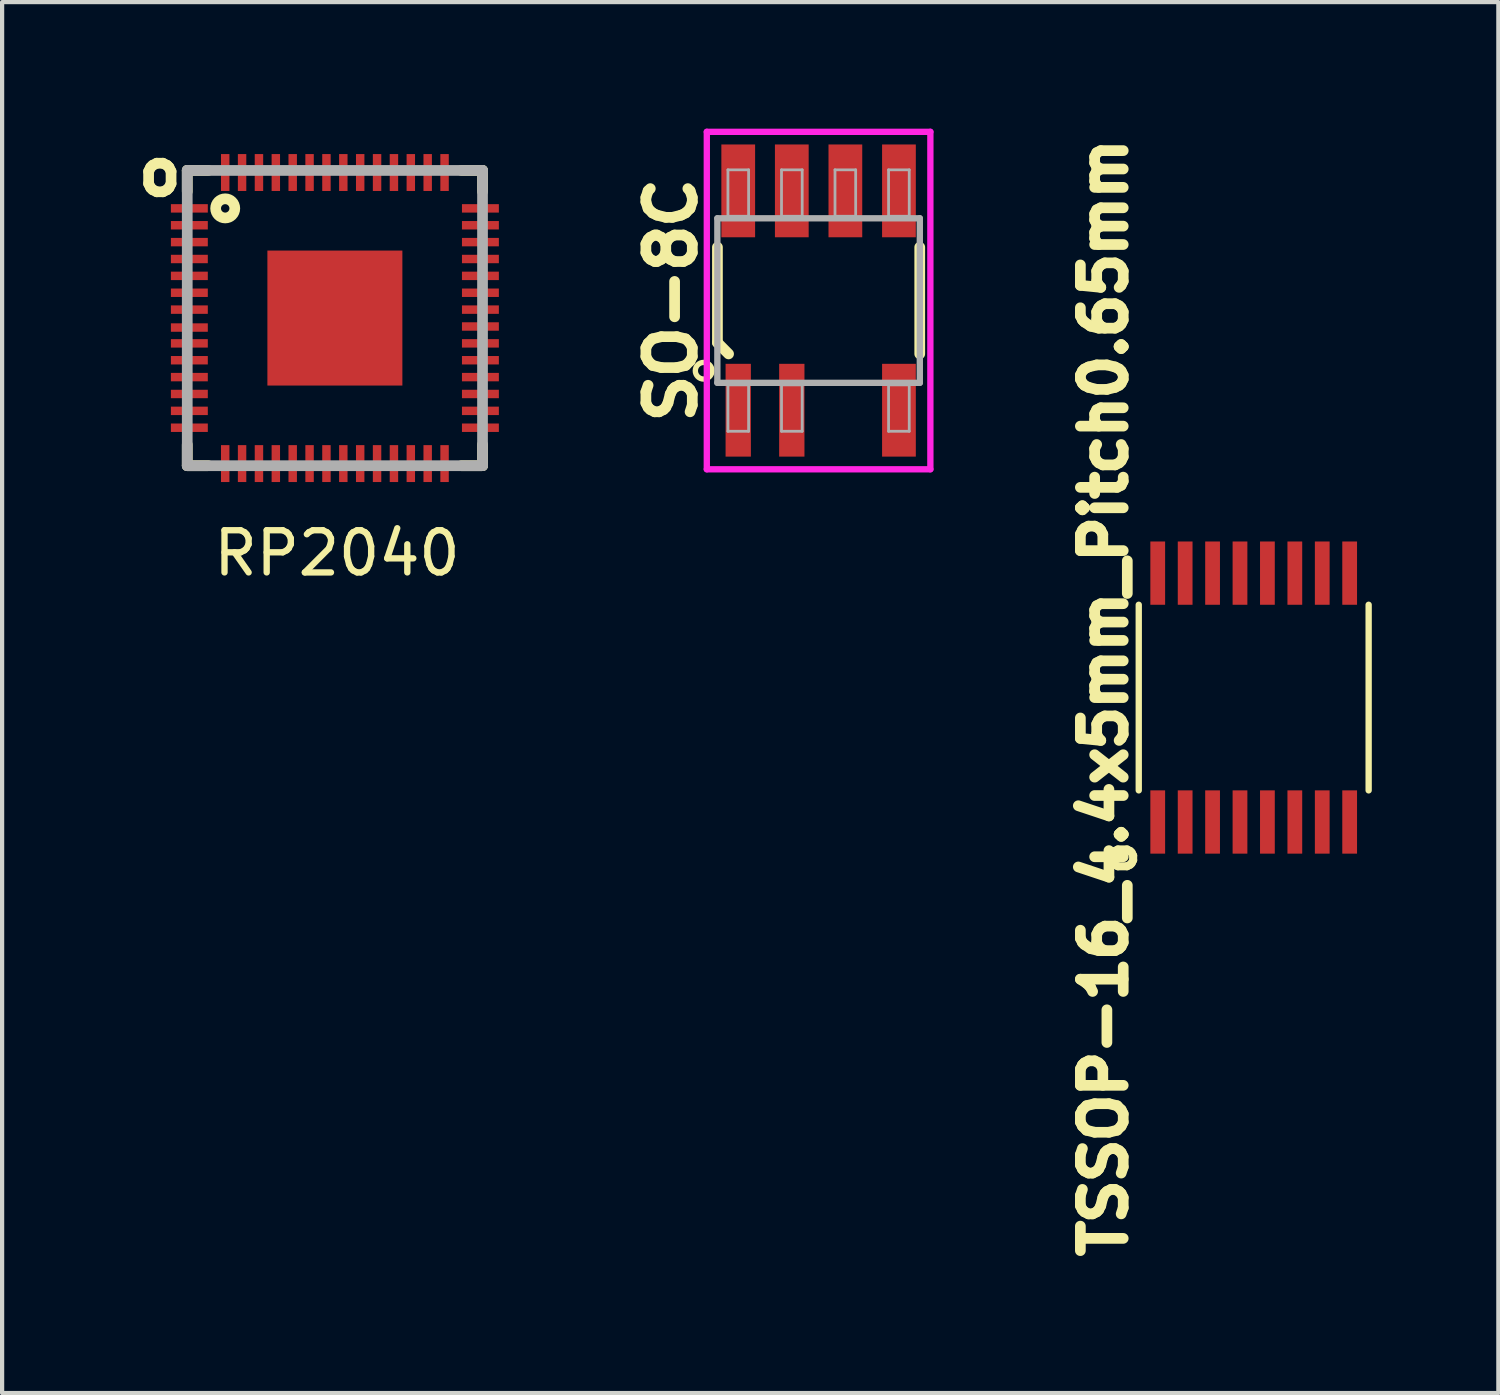
<source format=kicad_pcb>
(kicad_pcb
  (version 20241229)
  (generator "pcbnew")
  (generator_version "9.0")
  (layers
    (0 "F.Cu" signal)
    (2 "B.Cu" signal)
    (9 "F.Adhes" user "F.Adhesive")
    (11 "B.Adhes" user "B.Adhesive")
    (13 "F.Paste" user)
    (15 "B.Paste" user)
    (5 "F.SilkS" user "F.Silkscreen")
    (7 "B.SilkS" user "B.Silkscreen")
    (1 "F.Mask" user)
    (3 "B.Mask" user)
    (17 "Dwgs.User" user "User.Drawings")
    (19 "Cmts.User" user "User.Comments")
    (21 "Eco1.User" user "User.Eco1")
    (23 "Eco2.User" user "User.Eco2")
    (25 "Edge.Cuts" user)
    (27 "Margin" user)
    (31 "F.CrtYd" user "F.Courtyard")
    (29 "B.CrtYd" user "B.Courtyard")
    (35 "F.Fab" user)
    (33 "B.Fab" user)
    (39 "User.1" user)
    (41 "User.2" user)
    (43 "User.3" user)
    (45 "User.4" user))
  (footprint "SO-8C"
    (layer "F.Cu")
    (at 16.356 4.075)
    (property "Reference" "SO-8C" (at -3.49 -0.008 90) (layer "F.SilkS") (effects (font (size 1.1 1.1) (thickness 0.254))))
    (attr smd)
    (fp_line (start -2.398 0.998) (end -2.398 -1.265) (stroke (width 0.254) (type solid)) (layer "F.SilkS"))
    (fp_line (start -2.134 1.265) (end -2.398 0.998) (stroke (width 0.254) (type solid)) (layer "F.SilkS"))
    (fp_line (start 2.398 -1.265) (end 2.398 1.265) (stroke (width 0.254) (type solid)) (layer "F.SilkS"))
    (fp_circle (center -2.725 1.664) (end -2.865 1.803) (stroke (width 0.127) (type solid)) (fill no) (layer "F.SilkS"))
    (fp_line (start -2.65 -4) (end 2.65 -4) (stroke (width 0.15) (type solid)) (layer "F.CrtYd"))
    (fp_line (start -2.65 4) (end -2.65 -4) (stroke (width 0.15) (type solid)) (layer "F.CrtYd"))
    (fp_line (start 2.65 -4) (end 2.65 4) (stroke (width 0.15) (type solid)) (layer "F.CrtYd"))
    (fp_line (start 2.65 4) (end -2.65 4) (stroke (width 0.15) (type solid)) (layer "F.CrtYd"))
    (fp_line (start -2.4 -1.95) (end 2.4 -1.95) (stroke (width 0.15) (type solid)) (layer "F.Fab"))
    (fp_line (start -2.4 1.95) (end -2.4 -1.95) (stroke (width 0.15) (type solid)) (layer "F.Fab"))
    (fp_line (start -2.149 -3.099) (end -1.659 -3.099) (stroke (width 0.066) (type solid)) (layer "F.Fab"))
    (fp_line (start -2.149 -1.999) (end -2.149 -3.099) (stroke (width 0.066) (type solid)) (layer "F.Fab"))
    (fp_line (start -2.149 -1.999) (end -1.659 -1.999) (stroke (width 0.066) (type solid)) (layer "F.Fab"))
    (fp_line (start -2.149 1.999) (end -1.659 1.999) (stroke (width 0.066) (type solid)) (layer "F.Fab"))
    (fp_line (start -2.149 3.099) (end -2.149 1.999) (stroke (width 0.066) (type solid)) (layer "F.Fab"))
    (fp_line (start -2.149 3.099) (end -1.659 3.099) (stroke (width 0.066) (type solid)) (layer "F.Fab"))
    (fp_line (start -1.659 -1.999) (end -1.659 -3.099) (stroke (width 0.066) (type solid)) (layer "F.Fab"))
    (fp_line (start -1.659 3.099) (end -1.659 1.999) (stroke (width 0.066) (type solid)) (layer "F.Fab"))
    (fp_line (start -0.879 -3.099) (end -0.389 -3.099) (stroke (width 0.066) (type solid)) (layer "F.Fab"))
    (fp_line (start -0.879 -1.999) (end -0.879 -3.099) (stroke (width 0.066) (type solid)) (layer "F.Fab"))
    (fp_line (start -0.879 -1.999) (end -0.389 -1.999) (stroke (width 0.066) (type solid)) (layer "F.Fab"))
    (fp_line (start -0.879 1.999) (end -0.389 1.999) (stroke (width 0.066) (type solid)) (layer "F.Fab"))
    (fp_line (start -0.879 3.099) (end -0.879 1.999) (stroke (width 0.066) (type solid)) (layer "F.Fab"))
    (fp_line (start -0.879 3.099) (end -0.389 3.099) (stroke (width 0.066) (type solid)) (layer "F.Fab"))
    (fp_line (start -0.389 -1.999) (end -0.389 -3.099) (stroke (width 0.066) (type solid)) (layer "F.Fab"))
    (fp_line (start -0.389 3.099) (end -0.389 1.999) (stroke (width 0.066) (type solid)) (layer "F.Fab"))
    (fp_line (start 0.389 -3.099) (end 0.879 -3.099) (stroke (width 0.066) (type solid)) (layer "F.Fab"))
    (fp_line (start 0.389 -1.999) (end 0.389 -3.099) (stroke (width 0.066) (type solid)) (layer "F.Fab"))
    (fp_line (start 0.389 -1.999) (end 0.879 -1.999) (stroke (width 0.066) (type solid)) (layer "F.Fab"))
    (fp_line (start 0.879 -1.999) (end 0.879 -3.099) (stroke (width 0.066) (type solid)) (layer "F.Fab"))
    (fp_line (start 1.659 -3.099) (end 2.149 -3.099) (stroke (width 0.066) (type solid)) (layer "F.Fab"))
    (fp_line (start 1.659 -1.999) (end 1.659 -3.099) (stroke (width 0.066) (type solid)) (layer "F.Fab"))
    (fp_line (start 1.659 -1.999) (end 2.149 -1.999) (stroke (width 0.066) (type solid)) (layer "F.Fab"))
    (fp_line (start 1.659 1.999) (end 2.149 1.999) (stroke (width 0.066) (type solid)) (layer "F.Fab"))
    (fp_line (start 1.659 3.099) (end 1.659 1.999) (stroke (width 0.066) (type solid)) (layer "F.Fab"))
    (fp_line (start 1.659 3.099) (end 2.149 3.099) (stroke (width 0.066) (type solid)) (layer "F.Fab"))
    (fp_line (start 2.149 -1.999) (end 2.149 -3.099) (stroke (width 0.066) (type solid)) (layer "F.Fab"))
    (fp_line (start 2.149 3.099) (end 2.149 1.999) (stroke (width 0.066) (type solid)) (layer "F.Fab"))
    (fp_line (start 2.4 -1.95) (end 2.4 1.95) (stroke (width 0.15) (type solid)) (layer "F.Fab"))
    (fp_line (start 2.4 1.95) (end -2.4 1.95) (stroke (width 0.15) (type solid)) (layer "F.Fab"))
    (pad "1" smd rect (at -1.905 2.6) (size 0.6 2.2) (layers "F.Cu" "F.Mask" "F.Paste"))
    (pad "2" smd rect (at -0.635 2.6) (size 0.6 2.2) (layers "F.Cu" "F.Mask" "F.Paste"))
    (pad "4" smd rect (at 1.905 2.6) (size 0.8 2.2) (layers "F.Cu" "F.Mask" "F.Paste"))
    (pad "5" smd rect (at 1.905 -2.6) (size 0.8 2.2) (layers "F.Cu" "F.Mask" "F.Paste"))
    (pad "6" smd rect (at 0.635 -2.6) (size 0.8 2.2) (layers "F.Cu" "F.Mask" "F.Paste"))
    (pad "7" smd rect (at -0.635 -2.6) (size 0.8 2.2) (layers "F.Cu" "F.Mask" "F.Paste"))
    (pad "8" smd rect (at -1.905 -2.6) (size 0.8 2.2) (layers "F.Cu" "F.Mask" "F.Paste")))
  (footprint "TSSOP-16_4.4x5mm_Pitch0.65mm"
    (layer "F.Cu")
    (at 26.671 13.487)
    (property "Reference" "TSSOP-16_4.4x5mm_Pitch0.65mm" (at -3.55 0 90) (layer "F.SilkS") (effects (font (size 1.016 1.016) (thickness 0.254))))
    (attr smd)
    (fp_line (start -2.725 2.2) (end -2.725 -2.2) (stroke (width 0.15) (type solid)) (layer "F.SilkS"))
    (fp_line (start 2.725 2.2) (end 2.725 -2.2) (stroke (width 0.15) (type solid)) (layer "F.SilkS"))
    (fp_text user "o" (at -3.2 3.8 90) (layer "F.SilkS") (effects (font (size 0.762 0.762) (thickness 0.191))))
    (pad "1" smd rect (at -2.275 2.95 90) (size 1.5 0.35) (layers "F.Cu" "F.Mask" "F.Paste"))
    (pad "2" smd rect (at -1.625 2.95 90) (size 1.5 0.35) (layers "F.Cu" "F.Mask" "F.Paste"))
    (pad "3" smd rect (at -0.975 2.95 90) (size 1.5 0.35) (layers "F.Cu" "F.Mask" "F.Paste"))
    (pad "4" smd rect (at -0.325 2.95 90) (size 1.5 0.35) (layers "F.Cu" "F.Mask" "F.Paste"))
    (pad "5" smd rect (at 0.325 2.95 90) (size 1.5 0.35) (layers "F.Cu" "F.Mask" "F.Paste"))
    (pad "6" smd rect (at 0.975 2.95 90) (size 1.5 0.35) (layers "F.Cu" "F.Mask" "F.Paste"))
    (pad "7" smd rect (at 1.625 2.95 90) (size 1.5 0.35) (layers "F.Cu" "F.Mask" "F.Paste"))
    (pad "8" smd rect (at 2.275 2.95 90) (size 1.5 0.35) (layers "F.Cu" "F.Mask" "F.Paste"))
    (pad "9" smd rect (at 2.275 -2.95 90) (size 1.5 0.35) (layers "F.Cu" "F.Mask" "F.Paste"))
    (pad "10" smd rect (at 1.625 -2.95 90) (size 1.5 0.35) (layers "F.Cu" "F.Mask" "F.Paste"))
    (pad "11" smd rect (at 0.975 -2.95 90) (size 1.5 0.35) (layers "F.Cu" "F.Mask" "F.Paste"))
    (pad "12" smd rect (at 0.325 -2.95 90) (size 1.5 0.35) (layers "F.Cu" "F.Mask" "F.Paste"))
    (pad "13" smd rect (at -0.325 -2.95 90) (size 1.5 0.35) (layers "F.Cu" "F.Mask" "F.Paste"))
    (pad "14" smd rect (at -0.975 -2.95 90) (size 1.5 0.35) (layers "F.Cu" "F.Mask" "F.Paste"))
    (pad "15" smd rect (at -1.625 -2.95 90) (size 1.5 0.35) (layers "F.Cu" "F.Mask" "F.Paste"))
    (pad "16" smd rect (at -2.275 -2.95 90) (size 1.5 0.35) (layers "F.Cu" "F.Mask" "F.Paste")))
  (footprint "RP2040"
    (layer "F.Cu")
    (at 4.889 4.49)
    (property "Reference" "RP2040" (at 0.05 5.575 0) (layer "F.SilkS") (effects (font (size 1 1) (thickness 0.15))))
    (attr smd)
    (fp_line (start -3.5 -3.5) (end -3 -3.5) (stroke (width 0.254) (type solid)) (layer "F.SilkS"))
    (fp_line (start -3.5 -3) (end -3.5 -3.5) (stroke (width 0.254) (type solid)) (layer "F.SilkS"))
    (fp_line (start -3.5 3.5) (end -3.5 3) (stroke (width 0.254) (type solid)) (layer "F.SilkS"))
    (fp_line (start -3 3.5) (end -3.5 3.5) (stroke (width 0.254) (type solid)) (layer "F.SilkS"))
    (fp_line (start 3 -3.5) (end 3.5 -3.5) (stroke (width 0.254) (type solid)) (layer "F.SilkS"))
    (fp_line (start 3.5 -3.5) (end 3.5 -3) (stroke (width 0.254) (type solid)) (layer "F.SilkS"))
    (fp_line (start 3.5 3) (end 3.5 3.5) (stroke (width 0.254) (type solid)) (layer "F.SilkS"))
    (fp_line (start 3.5 3.5) (end 3 3.5) (stroke (width 0.254) (type solid)) (layer "F.SilkS"))
    (fp_circle (center -2.6 -2.6) (end -2.5 -2.6) (stroke (width 0.254) (type solid)) (fill no) (layer "F.SilkS"))
    (fp_line (start -3.5 -3.5) (end 3.5 -3.5) (stroke (width 0.254) (type solid)) (layer "F.Fab"))
    (fp_line (start -3.5 3.5) (end -3.5 -3.5) (stroke (width 0.254) (type solid)) (layer "F.Fab"))
    (fp_line (start -3.5 3.5) (end 3.5 3.5) (stroke (width 0.254) (type solid)) (layer "F.Fab"))
    (fp_line (start 3.5 3.5) (end 3.5 -3.5) (stroke (width 0.254) (type solid)) (layer "F.Fab"))
    (fp_text user "o" (at -4.15 -3.45 0) (layer "F.SilkS") (effects (font (size 1.016 1.016) (thickness 0.254))))
    (pad "1" smd rect (at -3.45 -2.6 90) (size 0.2 0.875) (layers "F.Cu" "F.Mask" "F.Paste"))
    (pad "2" smd rect (at -3.45 -2.2 90) (size 0.2 0.875) (layers "F.Cu" "F.Mask" "F.Paste"))
    (pad "3" smd rect (at -3.45 -1.8 90) (size 0.2 0.875) (layers "F.Cu" "F.Mask" "F.Paste"))
    (pad "4" smd rect (at -3.45 -1.4 90) (size 0.2 0.875) (layers "F.Cu" "F.Mask" "F.Paste"))
    (pad "5" smd rect (at -3.45 -1 90) (size 0.2 0.875) (layers "F.Cu" "F.Mask" "F.Paste"))
    (pad "6" smd rect (at -3.45 -0.6 90) (size 0.2 0.875) (layers "F.Cu" "F.Mask" "F.Paste"))
    (pad "7" smd rect (at -3.45 -0.2 90) (size 0.2 0.875) (layers "F.Cu" "F.Mask" "F.Paste"))
    (pad "8" smd rect (at -3.45 0.225 90) (size 0.2 0.875) (layers "F.Cu" "F.Mask" "F.Paste"))
    (pad "9" smd rect (at -3.45 0.6 90) (size 0.2 0.875) (layers "F.Cu" "F.Mask" "F.Paste"))
    (pad "10" smd rect (at -3.45 1 90) (size 0.2 0.875) (layers "F.Cu" "F.Mask" "F.Paste"))
    (pad "11" smd rect (at -3.45 1.4 90) (size 0.2 0.875) (layers "F.Cu" "F.Mask" "F.Paste"))
    (pad "12" smd rect (at -3.45 1.8 90) (size 0.2 0.875) (layers "F.Cu" "F.Mask" "F.Paste"))
    (pad "13" smd rect (at -3.45 2.2 90) (size 0.2 0.875) (layers "F.Cu" "F.Mask" "F.Paste"))
    (pad "14" smd rect (at -3.45 2.6 90) (size 0.2 0.875) (layers "F.Cu" "F.Mask" "F.Paste"))
    (pad "15" smd rect (at -2.6 3.45 180) (size 0.2 0.875) (layers "F.Cu" "F.Mask" "F.Paste"))
    (pad "16" smd rect (at -2.2 3.45 180) (size 0.2 0.875) (layers "F.Cu" "F.Mask" "F.Paste"))
    (pad "17" smd rect (at -1.8 3.45 180) (size 0.2 0.875) (layers "F.Cu" "F.Mask" "F.Paste"))
    (pad "18" smd rect (at -1.4 3.45 180) (size 0.2 0.875) (layers "F.Cu" "F.Mask" "F.Paste"))
    (pad "19" smd rect (at -1 3.45 180) (size 0.2 0.875) (layers "F.Cu" "F.Mask" "F.Paste"))
    (pad "20" smd rect (at -0.6 3.45 180) (size 0.2 0.875) (layers "F.Cu" "F.Mask" "F.Paste"))
    (pad "21" smd rect (at -0.2 3.45 180) (size 0.2 0.875) (layers "F.Cu" "F.Mask" "F.Paste"))
    (pad "22" smd rect (at 0.2 3.45 180) (size 0.2 0.875) (layers "F.Cu" "F.Mask" "F.Paste"))
    (pad "23" smd rect (at 0.6 3.45 180) (size 0.2 0.875) (layers "F.Cu" "F.Mask" "F.Paste"))
    (pad "24" smd rect (at 1 3.45 180) (size 0.2 0.875) (layers "F.Cu" "F.Mask" "F.Paste"))
    (pad "25" smd rect (at 1.4 3.45 180) (size 0.2 0.875) (layers "F.Cu" "F.Mask" "F.Paste"))
    (pad "26" smd rect (at 1.8 3.45 180) (size 0.2 0.875) (layers "F.Cu" "F.Mask" "F.Paste"))
    (pad "27" smd rect (at 2.2 3.45 180) (size 0.2 0.875) (layers "F.Cu" "F.Mask" "F.Paste"))
    (pad "28" smd rect (at 2.6 3.45 180) (size 0.2 0.875) (layers "F.Cu" "F.Mask" "F.Paste"))
    (pad "29" smd rect (at 3.45 2.6 270) (size 0.2 0.875) (layers "F.Cu" "F.Mask" "F.Paste"))
    (pad "30" smd rect (at 3.45 2.2 270) (size 0.2 0.875) (layers "F.Cu" "F.Mask" "F.Paste"))
    (pad "31" smd rect (at 3.45 1.8 270) (size 0.2 0.875) (layers "F.Cu" "F.Mask" "F.Paste"))
    (pad "32" smd rect (at 3.45 1.4 270) (size 0.2 0.875) (layers "F.Cu" "F.Mask" "F.Paste"))
    (pad "33" smd rect (at 3.45 1 270) (size 0.2 0.875) (layers "F.Cu" "F.Mask" "F.Paste"))
    (pad "34" smd rect (at 3.45 0.6 270) (size 0.2 0.875) (layers "F.Cu" "F.Mask" "F.Paste"))
    (pad "35" smd rect (at 3.45 0.2 270) (size 0.2 0.875) (layers "F.Cu" "F.Mask" "F.Paste"))
    (pad "36" smd rect (at 3.45 -0.2 270) (size 0.2 0.875) (layers "F.Cu" "F.Mask" "F.Paste"))
    (pad "37" smd rect (at 3.45 -0.6 270) (size 0.2 0.875) (layers "F.Cu" "F.Mask" "F.Paste"))
    (pad "38" smd rect (at 3.45 -1 270) (size 0.2 0.875) (layers "F.Cu" "F.Mask" "F.Paste"))
    (pad "39" smd rect (at 3.45 -1.4 270) (size 0.2 0.875) (layers "F.Cu" "F.Mask" "F.Paste"))
    (pad "40" smd rect (at 3.45 -1.8 270) (size 0.2 0.875) (layers "F.Cu" "F.Mask" "F.Paste"))
    (pad "41" smd rect (at 3.45 -2.2 270) (size 0.2 0.875) (layers "F.Cu" "F.Mask" "F.Paste"))
    (pad "42" smd rect (at 3.45 -2.6 270) (size 0.2 0.875) (layers "F.Cu" "F.Mask" "F.Paste"))
    (pad "43" smd rect (at 2.6 -3.45) (size 0.2 0.875) (layers "F.Cu" "F.Mask" "F.Paste"))
    (pad "44" smd rect (at 2.2 -3.45) (size 0.2 0.875) (layers "F.Cu" "F.Mask" "F.Paste"))
    (pad "45" smd rect (at 1.8 -3.45) (size 0.2 0.875) (layers "F.Cu" "F.Mask" "F.Paste"))
    (pad "46" smd rect (at 1.4 -3.45) (size 0.2 0.875) (layers "F.Cu" "F.Mask" "F.Paste"))
    (pad "47" smd rect (at 1 -3.45) (size 0.2 0.875) (layers "F.Cu" "F.Mask" "F.Paste"))
    (pad "48" smd rect (at 0.6 -3.45) (size 0.2 0.875) (layers "F.Cu" "F.Mask" "F.Paste"))
    (pad "49" smd rect (at 0.2 -3.45) (size 0.2 0.875) (layers "F.Cu" "F.Mask" "F.Paste"))
    (pad "50" smd rect (at -0.2 -3.45) (size 0.2 0.875) (layers "F.Cu" "F.Mask" "F.Paste"))
    (pad "51" smd rect (at -0.6 -3.45) (size 0.2 0.875) (layers "F.Cu" "F.Mask" "F.Paste"))
    (pad "52" smd rect (at -1 -3.45) (size 0.2 0.875) (layers "F.Cu" "F.Mask" "F.Paste"))
    (pad "53" smd rect (at -1.4 -3.45) (size 0.2 0.875) (layers "F.Cu" "F.Mask" "F.Paste"))
    (pad "54" smd rect (at -1.8 -3.45) (size 0.2 0.875) (layers "F.Cu" "F.Mask" "F.Paste"))
    (pad "55" smd rect (at -2.2 -3.45) (size 0.2 0.875) (layers "F.Cu" "F.Mask" "F.Paste"))
    (pad "56" smd rect (at -2.6 -3.45) (size 0.2 0.875) (layers "F.Cu" "F.Mask" "F.Paste"))
    (pad "GND" smd rect (at 0 0) (size 3.2 3.2) (layers "F.Cu" "F.Mask" "F.Paste")))
  (gr_rect
    (start -3 -3)
    (end 32.471 29.975)
    (stroke (width 0.1) (type default))
    (fill no)
    (layer "Edge.Cuts")))
</source>
